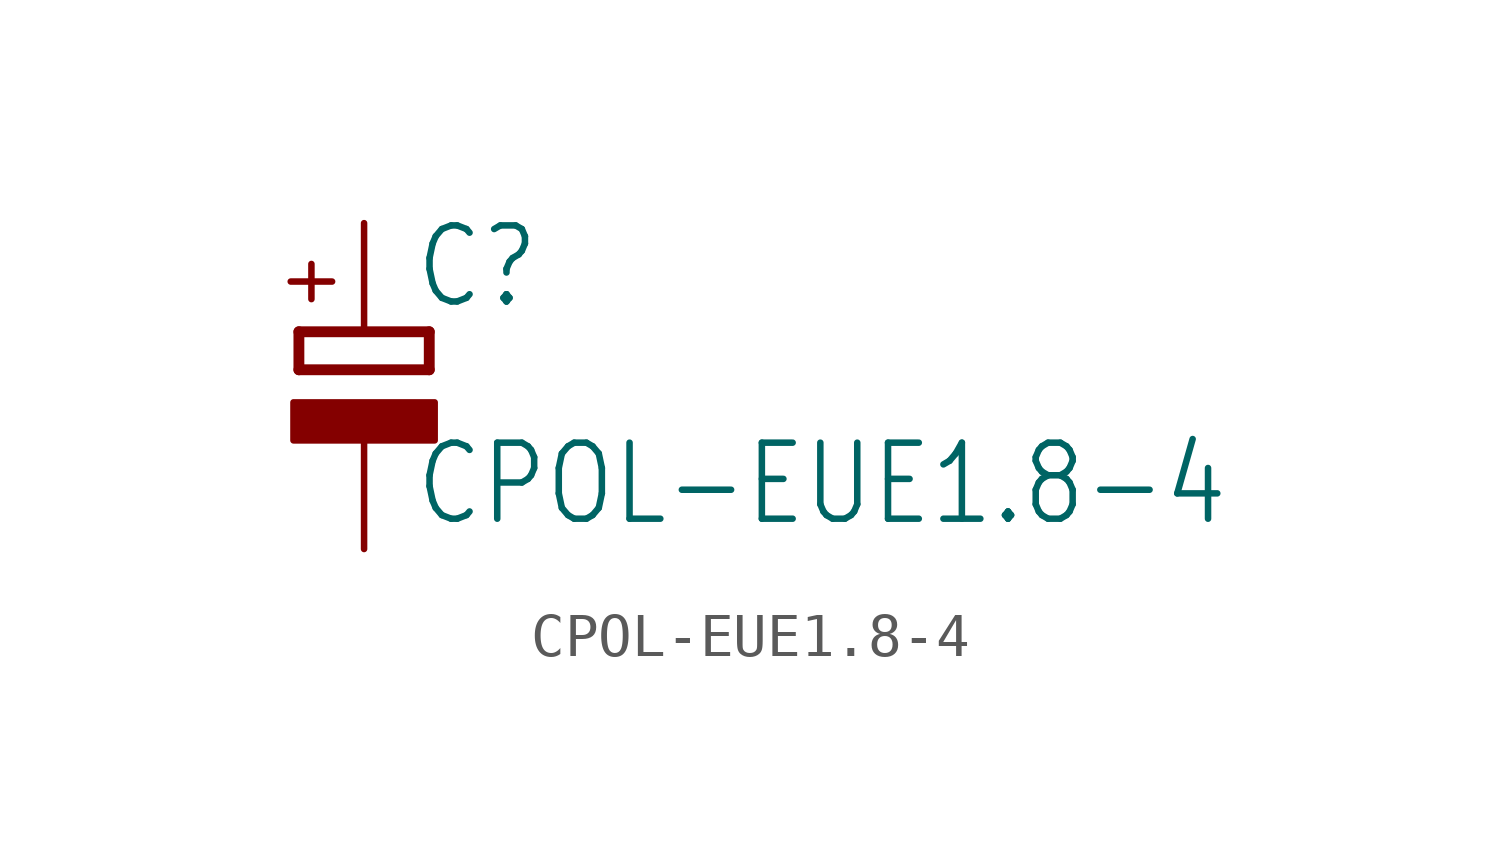
<source format=kicad_sym>
(kicad_symbol_lib
  (version 20210619)
  (generator kicad_symbol_editor)
  (symbol "CPOL-EUE1.8-4"
    (property "Reference" "C"
      (at 1.143 0.483 0)
      (effects (font (size 1.778 1.511)) (justify left bottom)))
    (property "Value" "CPOL-EUE1.8-4"
      (at 1.143 -4.597 0)
      (effects (font (size 1.778 1.511)) (justify left bottom)))
    (property "ki_locked" ""
      (at 0 0 0)
      (effects (font (size 1.27 1.27))))
    (symbol "CPOL-EUE1.8-4_1_0"
      (text "+" (at -0.584 0.406 900) (effects (font (size 1.27 1.079)) (justify left bottom)))
      (rectangle (start -1.651 -2.54) (end 1.651 -1.651) (stroke (width 0)) (fill (type outline)))
      (polyline (pts (xy -1.524 -0.889) (xy 1.524 -0.889)) (stroke (width 0.254)) (fill (type none)))
      (polyline (pts (xy -1.524 0) (xy -1.524 -0.889)) (stroke (width 0.254)) (fill (type none)))
      (polyline (pts (xy -1.524 0) (xy 1.524 0)) (stroke (width 0.254)) (fill (type none)))
      (polyline (pts (xy 1.524 -0.889) (xy 1.524 0)) (stroke (width 0.254)) (fill (type none)))
      (pin passive line (at 0 2.54 270) (length 2.54) (name "+" (effects (font (size 0 0)))) (number "+" (effects (font (size 0 0)))))
      (pin passive line (at 0 -5.08 90) (length 2.54) (name "-" (effects (font (size 0 0)))) (number "-" (effects (font (size 0 0))))))))
</source>
